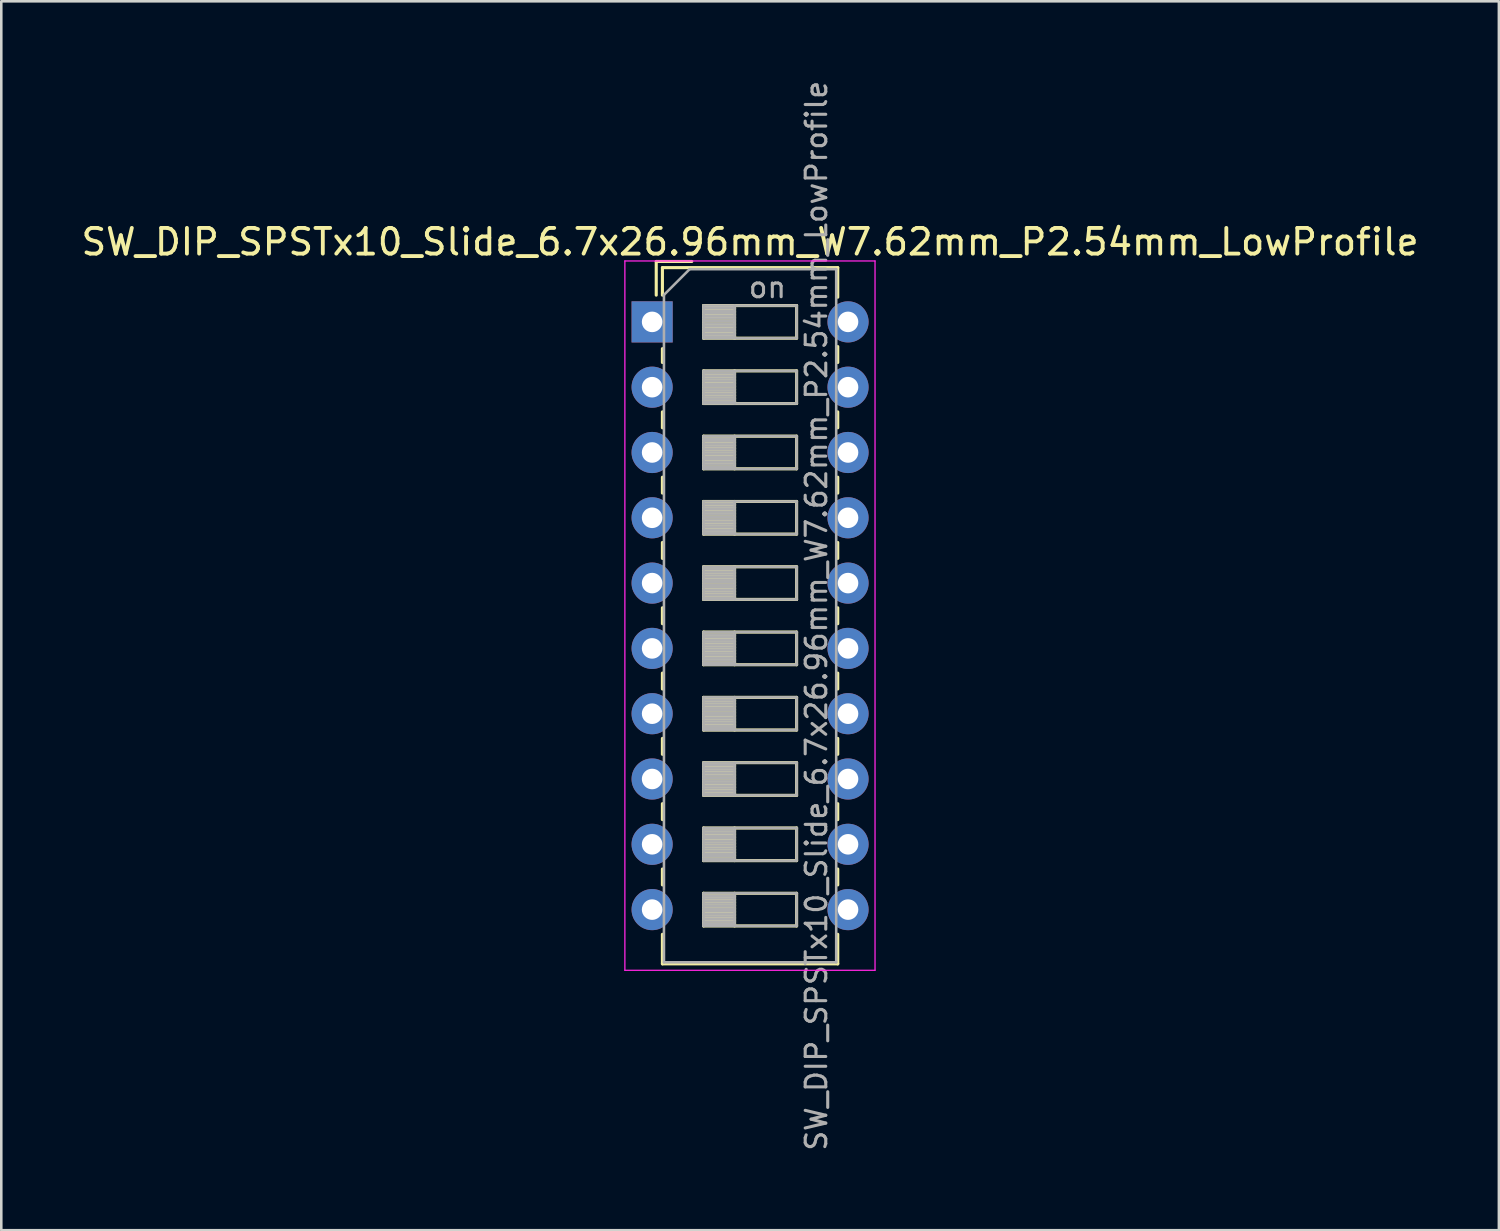
<source format=kicad_pcb>
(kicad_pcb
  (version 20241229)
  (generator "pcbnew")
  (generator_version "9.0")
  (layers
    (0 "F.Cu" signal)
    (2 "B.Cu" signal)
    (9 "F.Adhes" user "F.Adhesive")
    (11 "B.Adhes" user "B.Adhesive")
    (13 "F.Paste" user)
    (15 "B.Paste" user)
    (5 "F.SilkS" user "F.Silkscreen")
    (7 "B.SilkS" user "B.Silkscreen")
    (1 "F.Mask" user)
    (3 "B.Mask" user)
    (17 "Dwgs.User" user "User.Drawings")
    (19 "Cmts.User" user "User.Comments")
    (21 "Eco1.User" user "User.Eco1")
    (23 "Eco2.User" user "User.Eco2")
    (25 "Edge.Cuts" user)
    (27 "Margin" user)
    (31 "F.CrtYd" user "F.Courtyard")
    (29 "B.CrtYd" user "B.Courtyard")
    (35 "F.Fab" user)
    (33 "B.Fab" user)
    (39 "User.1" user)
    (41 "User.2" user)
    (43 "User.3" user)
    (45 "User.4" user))
  (footprint "SW_DIP_SPSTx10_Slide_6.7x26.96mm_W7.62mm_P2.54mm_LowProfile"
    (layer "F.Cu")
    (at 22.315 9.47)
    (property "Reference" "SW_DIP_SPSTx10_Slide_6.7x26.96mm_W7.62mm_P2.54mm_LowProfile" (at 3.81 -3.11 0) (layer "F.SilkS") (effects (font (size 1 1) (thickness 0.15))))
    (attr through_hole)
    (fp_line (start 0.16 -2.35) (end 0.16 -1.04) (stroke (width 0.12) (type solid)) (layer "F.SilkS"))
    (fp_line (start 0.16 -2.35) (end 1.543 -2.35) (stroke (width 0.12) (type solid)) (layer "F.SilkS"))
    (fp_line (start 0.4 -2.11) (end 0.4 -1.04) (stroke (width 0.12) (type solid)) (layer "F.SilkS"))
    (fp_line (start 0.4 -2.11) (end 7.22 -2.11) (stroke (width 0.12) (type solid)) (layer "F.SilkS"))
    (fp_line (start 0.4 1.04) (end 0.4 1.58) (stroke (width 0.12) (type solid)) (layer "F.SilkS"))
    (fp_line (start 0.4 3.5) (end 0.4 4.12) (stroke (width 0.12) (type solid)) (layer "F.SilkS"))
    (fp_line (start 0.4 6.04) (end 0.4 6.66) (stroke (width 0.12) (type solid)) (layer "F.SilkS"))
    (fp_line (start 0.4 8.58) (end 0.4 9.2) (stroke (width 0.12) (type solid)) (layer "F.SilkS"))
    (fp_line (start 0.4 11.12) (end 0.4 11.74) (stroke (width 0.12) (type solid)) (layer "F.SilkS"))
    (fp_line (start 0.4 13.66) (end 0.4 14.28) (stroke (width 0.12) (type solid)) (layer "F.SilkS"))
    (fp_line (start 0.4 16.2) (end 0.4 16.82) (stroke (width 0.12) (type solid)) (layer "F.SilkS"))
    (fp_line (start 0.4 18.74) (end 0.4 19.36) (stroke (width 0.12) (type solid)) (layer "F.SilkS"))
    (fp_line (start 0.4 21.28) (end 0.4 21.9) (stroke (width 0.12) (type solid)) (layer "F.SilkS"))
    (fp_line (start 0.4 23.82) (end 0.4 24.97) (stroke (width 0.12) (type solid)) (layer "F.SilkS"))
    (fp_line (start 0.4 24.97) (end 7.22 24.97) (stroke (width 0.12) (type solid)) (layer "F.SilkS"))
    (fp_line (start 2 -0.635) (end 2 0.635) (stroke (width 0.12) (type solid)) (layer "F.SilkS"))
    (fp_line (start 2 -0.515) (end 3.207 -0.515) (stroke (width 0.12) (type solid)) (layer "F.SilkS"))
    (fp_line (start 2 -0.395) (end 3.207 -0.395) (stroke (width 0.12) (type solid)) (layer "F.SilkS"))
    (fp_line (start 2 -0.275) (end 3.207 -0.275) (stroke (width 0.12) (type solid)) (layer "F.SilkS"))
    (fp_line (start 2 -0.155) (end 3.207 -0.155) (stroke (width 0.12) (type solid)) (layer "F.SilkS"))
    (fp_line (start 2 -0.035) (end 3.207 -0.035) (stroke (width 0.12) (type solid)) (layer "F.SilkS"))
    (fp_line (start 2 0.085) (end 3.207 0.085) (stroke (width 0.12) (type solid)) (layer "F.SilkS"))
    (fp_line (start 2 0.205) (end 3.207 0.205) (stroke (width 0.12) (type solid)) (layer "F.SilkS"))
    (fp_line (start 2 0.325) (end 3.207 0.325) (stroke (width 0.12) (type solid)) (layer "F.SilkS"))
    (fp_line (start 2 0.445) (end 3.207 0.445) (stroke (width 0.12) (type solid)) (layer "F.SilkS"))
    (fp_line (start 2 0.565) (end 3.207 0.565) (stroke (width 0.12) (type solid)) (layer "F.SilkS"))
    (fp_line (start 2 0.635) (end 5.62 0.635) (stroke (width 0.12) (type solid)) (layer "F.SilkS"))
    (fp_line (start 2 1.905) (end 2 3.175) (stroke (width 0.12) (type solid)) (layer "F.SilkS"))
    (fp_line (start 2 2.025) (end 3.207 2.025) (stroke (width 0.12) (type solid)) (layer "F.SilkS"))
    (fp_line (start 2 2.145) (end 3.207 2.145) (stroke (width 0.12) (type solid)) (layer "F.SilkS"))
    (fp_line (start 2 2.265) (end 3.207 2.265) (stroke (width 0.12) (type solid)) (layer "F.SilkS"))
    (fp_line (start 2 2.385) (end 3.207 2.385) (stroke (width 0.12) (type solid)) (layer "F.SilkS"))
    (fp_line (start 2 2.505) (end 3.207 2.505) (stroke (width 0.12) (type solid)) (layer "F.SilkS"))
    (fp_line (start 2 2.625) (end 3.207 2.625) (stroke (width 0.12) (type solid)) (layer "F.SilkS"))
    (fp_line (start 2 2.745) (end 3.207 2.745) (stroke (width 0.12) (type solid)) (layer "F.SilkS"))
    (fp_line (start 2 2.865) (end 3.207 2.865) (stroke (width 0.12) (type solid)) (layer "F.SilkS"))
    (fp_line (start 2 2.985) (end 3.207 2.985) (stroke (width 0.12) (type solid)) (layer "F.SilkS"))
    (fp_line (start 2 3.105) (end 3.207 3.105) (stroke (width 0.12) (type solid)) (layer "F.SilkS"))
    (fp_line (start 2 3.175) (end 5.62 3.175) (stroke (width 0.12) (type solid)) (layer "F.SilkS"))
    (fp_line (start 2 4.445) (end 2 5.715) (stroke (width 0.12) (type solid)) (layer "F.SilkS"))
    (fp_line (start 2 4.565) (end 3.207 4.565) (stroke (width 0.12) (type solid)) (layer "F.SilkS"))
    (fp_line (start 2 4.685) (end 3.207 4.685) (stroke (width 0.12) (type solid)) (layer "F.SilkS"))
    (fp_line (start 2 4.805) (end 3.207 4.805) (stroke (width 0.12) (type solid)) (layer "F.SilkS"))
    (fp_line (start 2 4.925) (end 3.207 4.925) (stroke (width 0.12) (type solid)) (layer "F.SilkS"))
    (fp_line (start 2 5.045) (end 3.207 5.045) (stroke (width 0.12) (type solid)) (layer "F.SilkS"))
    (fp_line (start 2 5.165) (end 3.207 5.165) (stroke (width 0.12) (type solid)) (layer "F.SilkS"))
    (fp_line (start 2 5.285) (end 3.207 5.285) (stroke (width 0.12) (type solid)) (layer "F.SilkS"))
    (fp_line (start 2 5.405) (end 3.207 5.405) (stroke (width 0.12) (type solid)) (layer "F.SilkS"))
    (fp_line (start 2 5.525) (end 3.207 5.525) (stroke (width 0.12) (type solid)) (layer "F.SilkS"))
    (fp_line (start 2 5.645) (end 3.207 5.645) (stroke (width 0.12) (type solid)) (layer "F.SilkS"))
    (fp_line (start 2 5.715) (end 5.62 5.715) (stroke (width 0.12) (type solid)) (layer "F.SilkS"))
    (fp_line (start 2 6.985) (end 2 8.255) (stroke (width 0.12) (type solid)) (layer "F.SilkS"))
    (fp_line (start 2 7.105) (end 3.207 7.105) (stroke (width 0.12) (type solid)) (layer "F.SilkS"))
    (fp_line (start 2 7.225) (end 3.207 7.225) (stroke (width 0.12) (type solid)) (layer "F.SilkS"))
    (fp_line (start 2 7.345) (end 3.207 7.345) (stroke (width 0.12) (type solid)) (layer "F.SilkS"))
    (fp_line (start 2 7.465) (end 3.207 7.465) (stroke (width 0.12) (type solid)) (layer "F.SilkS"))
    (fp_line (start 2 7.585) (end 3.207 7.585) (stroke (width 0.12) (type solid)) (layer "F.SilkS"))
    (fp_line (start 2 7.705) (end 3.207 7.705) (stroke (width 0.12) (type solid)) (layer "F.SilkS"))
    (fp_line (start 2 7.825) (end 3.207 7.825) (stroke (width 0.12) (type solid)) (layer "F.SilkS"))
    (fp_line (start 2 7.945) (end 3.207 7.945) (stroke (width 0.12) (type solid)) (layer "F.SilkS"))
    (fp_line (start 2 8.065) (end 3.207 8.065) (stroke (width 0.12) (type solid)) (layer "F.SilkS"))
    (fp_line (start 2 8.185) (end 3.207 8.185) (stroke (width 0.12) (type solid)) (layer "F.SilkS"))
    (fp_line (start 2 8.255) (end 5.62 8.255) (stroke (width 0.12) (type solid)) (layer "F.SilkS"))
    (fp_line (start 2 9.525) (end 2 10.795) (stroke (width 0.12) (type solid)) (layer "F.SilkS"))
    (fp_line (start 2 9.645) (end 3.207 9.645) (stroke (width 0.12) (type solid)) (layer "F.SilkS"))
    (fp_line (start 2 9.765) (end 3.207 9.765) (stroke (width 0.12) (type solid)) (layer "F.SilkS"))
    (fp_line (start 2 9.885) (end 3.207 9.885) (stroke (width 0.12) (type solid)) (layer "F.SilkS"))
    (fp_line (start 2 10.005) (end 3.207 10.005) (stroke (width 0.12) (type solid)) (layer "F.SilkS"))
    (fp_line (start 2 10.125) (end 3.207 10.125) (stroke (width 0.12) (type solid)) (layer "F.SilkS"))
    (fp_line (start 2 10.245) (end 3.207 10.245) (stroke (width 0.12) (type solid)) (layer "F.SilkS"))
    (fp_line (start 2 10.365) (end 3.207 10.365) (stroke (width 0.12) (type solid)) (layer "F.SilkS"))
    (fp_line (start 2 10.485) (end 3.207 10.485) (stroke (width 0.12) (type solid)) (layer "F.SilkS"))
    (fp_line (start 2 10.605) (end 3.207 10.605) (stroke (width 0.12) (type solid)) (layer "F.SilkS"))
    (fp_line (start 2 10.725) (end 3.207 10.725) (stroke (width 0.12) (type solid)) (layer "F.SilkS"))
    (fp_line (start 2 10.795) (end 5.62 10.795) (stroke (width 0.12) (type solid)) (layer "F.SilkS"))
    (fp_line (start 2 12.065) (end 2 13.335) (stroke (width 0.12) (type solid)) (layer "F.SilkS"))
    (fp_line (start 2 12.185) (end 3.207 12.185) (stroke (width 0.12) (type solid)) (layer "F.SilkS"))
    (fp_line (start 2 12.305) (end 3.207 12.305) (stroke (width 0.12) (type solid)) (layer "F.SilkS"))
    (fp_line (start 2 12.425) (end 3.207 12.425) (stroke (width 0.12) (type solid)) (layer "F.SilkS"))
    (fp_line (start 2 12.545) (end 3.207 12.545) (stroke (width 0.12) (type solid)) (layer "F.SilkS"))
    (fp_line (start 2 12.665) (end 3.207 12.665) (stroke (width 0.12) (type solid)) (layer "F.SilkS"))
    (fp_line (start 2 12.785) (end 3.207 12.785) (stroke (width 0.12) (type solid)) (layer "F.SilkS"))
    (fp_line (start 2 12.905) (end 3.207 12.905) (stroke (width 0.12) (type solid)) (layer "F.SilkS"))
    (fp_line (start 2 13.025) (end 3.207 13.025) (stroke (width 0.12) (type solid)) (layer "F.SilkS"))
    (fp_line (start 2 13.145) (end 3.207 13.145) (stroke (width 0.12) (type solid)) (layer "F.SilkS"))
    (fp_line (start 2 13.265) (end 3.207 13.265) (stroke (width 0.12) (type solid)) (layer "F.SilkS"))
    (fp_line (start 2 13.335) (end 5.62 13.335) (stroke (width 0.12) (type solid)) (layer "F.SilkS"))
    (fp_line (start 2 14.605) (end 2 15.875) (stroke (width 0.12) (type solid)) (layer "F.SilkS"))
    (fp_line (start 2 14.725) (end 3.207 14.725) (stroke (width 0.12) (type solid)) (layer "F.SilkS"))
    (fp_line (start 2 14.845) (end 3.207 14.845) (stroke (width 0.12) (type solid)) (layer "F.SilkS"))
    (fp_line (start 2 14.965) (end 3.207 14.965) (stroke (width 0.12) (type solid)) (layer "F.SilkS"))
    (fp_line (start 2 15.085) (end 3.207 15.085) (stroke (width 0.12) (type solid)) (layer "F.SilkS"))
    (fp_line (start 2 15.205) (end 3.207 15.205) (stroke (width 0.12) (type solid)) (layer "F.SilkS"))
    (fp_line (start 2 15.325) (end 3.207 15.325) (stroke (width 0.12) (type solid)) (layer "F.SilkS"))
    (fp_line (start 2 15.445) (end 3.207 15.445) (stroke (width 0.12) (type solid)) (layer "F.SilkS"))
    (fp_line (start 2 15.565) (end 3.207 15.565) (stroke (width 0.12) (type solid)) (layer "F.SilkS"))
    (fp_line (start 2 15.685) (end 3.207 15.685) (stroke (width 0.12) (type solid)) (layer "F.SilkS"))
    (fp_line (start 2 15.805) (end 3.207 15.805) (stroke (width 0.12) (type solid)) (layer "F.SilkS"))
    (fp_line (start 2 15.875) (end 5.62 15.875) (stroke (width 0.12) (type solid)) (layer "F.SilkS"))
    (fp_line (start 2 17.145) (end 2 18.415) (stroke (width 0.12) (type solid)) (layer "F.SilkS"))
    (fp_line (start 2 17.265) (end 3.207 17.265) (stroke (width 0.12) (type solid)) (layer "F.SilkS"))
    (fp_line (start 2 17.385) (end 3.207 17.385) (stroke (width 0.12) (type solid)) (layer "F.SilkS"))
    (fp_line (start 2 17.505) (end 3.207 17.505) (stroke (width 0.12) (type solid)) (layer "F.SilkS"))
    (fp_line (start 2 17.625) (end 3.207 17.625) (stroke (width 0.12) (type solid)) (layer "F.SilkS"))
    (fp_line (start 2 17.745) (end 3.207 17.745) (stroke (width 0.12) (type solid)) (layer "F.SilkS"))
    (fp_line (start 2 17.865) (end 3.207 17.865) (stroke (width 0.12) (type solid)) (layer "F.SilkS"))
    (fp_line (start 2 17.985) (end 3.207 17.985) (stroke (width 0.12) (type solid)) (layer "F.SilkS"))
    (fp_line (start 2 18.105) (end 3.207 18.105) (stroke (width 0.12) (type solid)) (layer "F.SilkS"))
    (fp_line (start 2 18.225) (end 3.207 18.225) (stroke (width 0.12) (type solid)) (layer "F.SilkS"))
    (fp_line (start 2 18.345) (end 3.207 18.345) (stroke (width 0.12) (type solid)) (layer "F.SilkS"))
    (fp_line (start 2 18.415) (end 5.62 18.415) (stroke (width 0.12) (type solid)) (layer "F.SilkS"))
    (fp_line (start 2 19.685) (end 2 20.955) (stroke (width 0.12) (type solid)) (layer "F.SilkS"))
    (fp_line (start 2 19.805) (end 3.207 19.805) (stroke (width 0.12) (type solid)) (layer "F.SilkS"))
    (fp_line (start 2 19.925) (end 3.207 19.925) (stroke (width 0.12) (type solid)) (layer "F.SilkS"))
    (fp_line (start 2 20.045) (end 3.207 20.045) (stroke (width 0.12) (type solid)) (layer "F.SilkS"))
    (fp_line (start 2 20.165) (end 3.207 20.165) (stroke (width 0.12) (type solid)) (layer "F.SilkS"))
    (fp_line (start 2 20.285) (end 3.207 20.285) (stroke (width 0.12) (type solid)) (layer "F.SilkS"))
    (fp_line (start 2 20.405) (end 3.207 20.405) (stroke (width 0.12) (type solid)) (layer "F.SilkS"))
    (fp_line (start 2 20.525) (end 3.207 20.525) (stroke (width 0.12) (type solid)) (layer "F.SilkS"))
    (fp_line (start 2 20.645) (end 3.207 20.645) (stroke (width 0.12) (type solid)) (layer "F.SilkS"))
    (fp_line (start 2 20.765) (end 3.207 20.765) (stroke (width 0.12) (type solid)) (layer "F.SilkS"))
    (fp_line (start 2 20.885) (end 3.207 20.885) (stroke (width 0.12) (type solid)) (layer "F.SilkS"))
    (fp_line (start 2 20.955) (end 5.62 20.955) (stroke (width 0.12) (type solid)) (layer "F.SilkS"))
    (fp_line (start 2 22.225) (end 2 23.495) (stroke (width 0.12) (type solid)) (layer "F.SilkS"))
    (fp_line (start 2 22.345) (end 3.207 22.345) (stroke (width 0.12) (type solid)) (layer "F.SilkS"))
    (fp_line (start 2 22.465) (end 3.207 22.465) (stroke (width 0.12) (type solid)) (layer "F.SilkS"))
    (fp_line (start 2 22.585) (end 3.207 22.585) (stroke (width 0.12) (type solid)) (layer "F.SilkS"))
    (fp_line (start 2 22.705) (end 3.207 22.705) (stroke (width 0.12) (type solid)) (layer "F.SilkS"))
    (fp_line (start 2 22.825) (end 3.207 22.825) (stroke (width 0.12) (type solid)) (layer "F.SilkS"))
    (fp_line (start 2 22.945) (end 3.207 22.945) (stroke (width 0.12) (type solid)) (layer "F.SilkS"))
    (fp_line (start 2 23.065) (end 3.207 23.065) (stroke (width 0.12) (type solid)) (layer "F.SilkS"))
    (fp_line (start 2 23.185) (end 3.207 23.185) (stroke (width 0.12) (type solid)) (layer "F.SilkS"))
    (fp_line (start 2 23.305) (end 3.207 23.305) (stroke (width 0.12) (type solid)) (layer "F.SilkS"))
    (fp_line (start 2 23.425) (end 3.207 23.425) (stroke (width 0.12) (type solid)) (layer "F.SilkS"))
    (fp_line (start 2 23.495) (end 5.62 23.495) (stroke (width 0.12) (type solid)) (layer "F.SilkS"))
    (fp_line (start 3.207 -0.635) (end 3.207 0.635) (stroke (width 0.12) (type solid)) (layer "F.SilkS"))
    (fp_line (start 3.207 1.905) (end 3.207 3.175) (stroke (width 0.12) (type solid)) (layer "F.SilkS"))
    (fp_line (start 3.207 4.445) (end 3.207 5.715) (stroke (width 0.12) (type solid)) (layer "F.SilkS"))
    (fp_line (start 3.207 6.985) (end 3.207 8.255) (stroke (width 0.12) (type solid)) (layer "F.SilkS"))
    (fp_line (start 3.207 9.525) (end 3.207 10.795) (stroke (width 0.12) (type solid)) (layer "F.SilkS"))
    (fp_line (start 3.207 12.065) (end 3.207 13.335) (stroke (width 0.12) (type solid)) (layer "F.SilkS"))
    (fp_line (start 3.207 14.605) (end 3.207 15.875) (stroke (width 0.12) (type solid)) (layer "F.SilkS"))
    (fp_line (start 3.207 17.145) (end 3.207 18.415) (stroke (width 0.12) (type solid)) (layer "F.SilkS"))
    (fp_line (start 3.207 19.685) (end 3.207 20.955) (stroke (width 0.12) (type solid)) (layer "F.SilkS"))
    (fp_line (start 3.207 22.225) (end 3.207 23.495) (stroke (width 0.12) (type solid)) (layer "F.SilkS"))
    (fp_line (start 5.62 -0.635) (end 2 -0.635) (stroke (width 0.12) (type solid)) (layer "F.SilkS"))
    (fp_line (start 5.62 0.635) (end 5.62 -0.635) (stroke (width 0.12) (type solid)) (layer "F.SilkS"))
    (fp_line (start 5.62 1.905) (end 2 1.905) (stroke (width 0.12) (type solid)) (layer "F.SilkS"))
    (fp_line (start 5.62 3.175) (end 5.62 1.905) (stroke (width 0.12) (type solid)) (layer "F.SilkS"))
    (fp_line (start 5.62 4.445) (end 2 4.445) (stroke (width 0.12) (type solid)) (layer "F.SilkS"))
    (fp_line (start 5.62 5.715) (end 5.62 4.445) (stroke (width 0.12) (type solid)) (layer "F.SilkS"))
    (fp_line (start 5.62 6.985) (end 2 6.985) (stroke (width 0.12) (type solid)) (layer "F.SilkS"))
    (fp_line (start 5.62 8.255) (end 5.62 6.985) (stroke (width 0.12) (type solid)) (layer "F.SilkS"))
    (fp_line (start 5.62 9.525) (end 2 9.525) (stroke (width 0.12) (type solid)) (layer "F.SilkS"))
    (fp_line (start 5.62 10.795) (end 5.62 9.525) (stroke (width 0.12) (type solid)) (layer "F.SilkS"))
    (fp_line (start 5.62 12.065) (end 2 12.065) (stroke (width 0.12) (type solid)) (layer "F.SilkS"))
    (fp_line (start 5.62 13.335) (end 5.62 12.065) (stroke (width 0.12) (type solid)) (layer "F.SilkS"))
    (fp_line (start 5.62 14.605) (end 2 14.605) (stroke (width 0.12) (type solid)) (layer "F.SilkS"))
    (fp_line (start 5.62 15.875) (end 5.62 14.605) (stroke (width 0.12) (type solid)) (layer "F.SilkS"))
    (fp_line (start 5.62 17.145) (end 2 17.145) (stroke (width 0.12) (type solid)) (layer "F.SilkS"))
    (fp_line (start 5.62 18.415) (end 5.62 17.145) (stroke (width 0.12) (type solid)) (layer "F.SilkS"))
    (fp_line (start 5.62 19.685) (end 2 19.685) (stroke (width 0.12) (type solid)) (layer "F.SilkS"))
    (fp_line (start 5.62 20.955) (end 5.62 19.685) (stroke (width 0.12) (type solid)) (layer "F.SilkS"))
    (fp_line (start 5.62 22.225) (end 2 22.225) (stroke (width 0.12) (type solid)) (layer "F.SilkS"))
    (fp_line (start 5.62 23.495) (end 5.62 22.225) (stroke (width 0.12) (type solid)) (layer "F.SilkS"))
    (fp_line (start 7.22 -2.11) (end 7.22 -0.96) (stroke (width 0.12) (type solid)) (layer "F.SilkS"))
    (fp_line (start 7.22 0.96) (end 7.22 1.58) (stroke (width 0.12) (type solid)) (layer "F.SilkS"))
    (fp_line (start 7.22 3.5) (end 7.22 4.12) (stroke (width 0.12) (type solid)) (layer "F.SilkS"))
    (fp_line (start 7.22 6.04) (end 7.22 6.66) (stroke (width 0.12) (type solid)) (layer "F.SilkS"))
    (fp_line (start 7.22 8.58) (end 7.22 9.2) (stroke (width 0.12) (type solid)) (layer "F.SilkS"))
    (fp_line (start 7.22 11.12) (end 7.22 11.74) (stroke (width 0.12) (type solid)) (layer "F.SilkS"))
    (fp_line (start 7.22 13.66) (end 7.22 14.28) (stroke (width 0.12) (type solid)) (layer "F.SilkS"))
    (fp_line (start 7.22 16.2) (end 7.22 16.82) (stroke (width 0.12) (type solid)) (layer "F.SilkS"))
    (fp_line (start 7.22 18.74) (end 7.22 19.36) (stroke (width 0.12) (type solid)) (layer "F.SilkS"))
    (fp_line (start 7.22 21.28) (end 7.22 21.9) (stroke (width 0.12) (type solid)) (layer "F.SilkS"))
    (fp_line (start 7.22 23.82) (end 7.22 24.97) (stroke (width 0.12) (type solid)) (layer "F.SilkS"))
    (fp_line (start -1.06 -2.37) (end -1.06 25.22) (stroke (width 0.05) (type solid)) (layer "F.CrtYd"))
    (fp_line (start -1.06 25.22) (end 8.67 25.22) (stroke (width 0.05) (type solid)) (layer "F.CrtYd"))
    (fp_line (start 8.67 -2.37) (end -1.06 -2.37) (stroke (width 0.05) (type solid)) (layer "F.CrtYd"))
    (fp_line (start 8.67 25.22) (end 8.67 -2.37) (stroke (width 0.05) (type solid)) (layer "F.CrtYd"))
    (fp_line (start 0.46 -1.05) (end 1.46 -2.05) (stroke (width 0.1) (type solid)) (layer "F.Fab"))
    (fp_line (start 0.46 24.91) (end 0.46 -1.05) (stroke (width 0.1) (type solid)) (layer "F.Fab"))
    (fp_line (start 1.46 -2.05) (end 7.16 -2.05) (stroke (width 0.1) (type solid)) (layer "F.Fab"))
    (fp_line (start 2 -0.635) (end 2 0.635) (stroke (width 0.1) (type solid)) (layer "F.Fab"))
    (fp_line (start 2 -0.535) (end 3.207 -0.535) (stroke (width 0.1) (type solid)) (layer "F.Fab"))
    (fp_line (start 2 -0.435) (end 3.207 -0.435) (stroke (width 0.1) (type solid)) (layer "F.Fab"))
    (fp_line (start 2 -0.335) (end 3.207 -0.335) (stroke (width 0.1) (type solid)) (layer "F.Fab"))
    (fp_line (start 2 -0.235) (end 3.207 -0.235) (stroke (width 0.1) (type solid)) (layer "F.Fab"))
    (fp_line (start 2 -0.135) (end 3.207 -0.135) (stroke (width 0.1) (type solid)) (layer "F.Fab"))
    (fp_line (start 2 -0.035) (end 3.207 -0.035) (stroke (width 0.1) (type solid)) (layer "F.Fab"))
    (fp_line (start 2 0.065) (end 3.207 0.065) (stroke (width 0.1) (type solid)) (layer "F.Fab"))
    (fp_line (start 2 0.165) (end 3.207 0.165) (stroke (width 0.1) (type solid)) (layer "F.Fab"))
    (fp_line (start 2 0.265) (end 3.207 0.265) (stroke (width 0.1) (type solid)) (layer "F.Fab"))
    (fp_line (start 2 0.365) (end 3.207 0.365) (stroke (width 0.1) (type solid)) (layer "F.Fab"))
    (fp_line (start 2 0.465) (end 3.207 0.465) (stroke (width 0.1) (type solid)) (layer "F.Fab"))
    (fp_line (start 2 0.565) (end 3.207 0.565) (stroke (width 0.1) (type solid)) (layer "F.Fab"))
    (fp_line (start 2 0.635) (end 5.62 0.635) (stroke (width 0.1) (type solid)) (layer "F.Fab"))
    (fp_line (start 2 1.905) (end 2 3.175) (stroke (width 0.1) (type solid)) (layer "F.Fab"))
    (fp_line (start 2 2.005) (end 3.207 2.005) (stroke (width 0.1) (type solid)) (layer "F.Fab"))
    (fp_line (start 2 2.105) (end 3.207 2.105) (stroke (width 0.1) (type solid)) (layer "F.Fab"))
    (fp_line (start 2 2.205) (end 3.207 2.205) (stroke (width 0.1) (type solid)) (layer "F.Fab"))
    (fp_line (start 2 2.305) (end 3.207 2.305) (stroke (width 0.1) (type solid)) (layer "F.Fab"))
    (fp_line (start 2 2.405) (end 3.207 2.405) (stroke (width 0.1) (type solid)) (layer "F.Fab"))
    (fp_line (start 2 2.505) (end 3.207 2.505) (stroke (width 0.1) (type solid)) (layer "F.Fab"))
    (fp_line (start 2 2.605) (end 3.207 2.605) (stroke (width 0.1) (type solid)) (layer "F.Fab"))
    (fp_line (start 2 2.705) (end 3.207 2.705) (stroke (width 0.1) (type solid)) (layer "F.Fab"))
    (fp_line (start 2 2.805) (end 3.207 2.805) (stroke (width 0.1) (type solid)) (layer "F.Fab"))
    (fp_line (start 2 2.905) (end 3.207 2.905) (stroke (width 0.1) (type solid)) (layer "F.Fab"))
    (fp_line (start 2 3.005) (end 3.207 3.005) (stroke (width 0.1) (type solid)) (layer "F.Fab"))
    (fp_line (start 2 3.105) (end 3.207 3.105) (stroke (width 0.1) (type solid)) (layer "F.Fab"))
    (fp_line (start 2 3.175) (end 5.62 3.175) (stroke (width 0.1) (type solid)) (layer "F.Fab"))
    (fp_line (start 2 4.445) (end 2 5.715) (stroke (width 0.1) (type solid)) (layer "F.Fab"))
    (fp_line (start 2 4.545) (end 3.207 4.545) (stroke (width 0.1) (type solid)) (layer "F.Fab"))
    (fp_line (start 2 4.645) (end 3.207 4.645) (stroke (width 0.1) (type solid)) (layer "F.Fab"))
    (fp_line (start 2 4.745) (end 3.207 4.745) (stroke (width 0.1) (type solid)) (layer "F.Fab"))
    (fp_line (start 2 4.845) (end 3.207 4.845) (stroke (width 0.1) (type solid)) (layer "F.Fab"))
    (fp_line (start 2 4.945) (end 3.207 4.945) (stroke (width 0.1) (type solid)) (layer "F.Fab"))
    (fp_line (start 2 5.045) (end 3.207 5.045) (stroke (width 0.1) (type solid)) (layer "F.Fab"))
    (fp_line (start 2 5.145) (end 3.207 5.145) (stroke (width 0.1) (type solid)) (layer "F.Fab"))
    (fp_line (start 2 5.245) (end 3.207 5.245) (stroke (width 0.1) (type solid)) (layer "F.Fab"))
    (fp_line (start 2 5.345) (end 3.207 5.345) (stroke (width 0.1) (type solid)) (layer "F.Fab"))
    (fp_line (start 2 5.445) (end 3.207 5.445) (stroke (width 0.1) (type solid)) (layer "F.Fab"))
    (fp_line (start 2 5.545) (end 3.207 5.545) (stroke (width 0.1) (type solid)) (layer "F.Fab"))
    (fp_line (start 2 5.645) (end 3.207 5.645) (stroke (width 0.1) (type solid)) (layer "F.Fab"))
    (fp_line (start 2 5.715) (end 5.62 5.715) (stroke (width 0.1) (type solid)) (layer "F.Fab"))
    (fp_line (start 2 6.985) (end 2 8.255) (stroke (width 0.1) (type solid)) (layer "F.Fab"))
    (fp_line (start 2 7.085) (end 3.207 7.085) (stroke (width 0.1) (type solid)) (layer "F.Fab"))
    (fp_line (start 2 7.185) (end 3.207 7.185) (stroke (width 0.1) (type solid)) (layer "F.Fab"))
    (fp_line (start 2 7.285) (end 3.207 7.285) (stroke (width 0.1) (type solid)) (layer "F.Fab"))
    (fp_line (start 2 7.385) (end 3.207 7.385) (stroke (width 0.1) (type solid)) (layer "F.Fab"))
    (fp_line (start 2 7.485) (end 3.207 7.485) (stroke (width 0.1) (type solid)) (layer "F.Fab"))
    (fp_line (start 2 7.585) (end 3.207 7.585) (stroke (width 0.1) (type solid)) (layer "F.Fab"))
    (fp_line (start 2 7.685) (end 3.207 7.685) (stroke (width 0.1) (type solid)) (layer "F.Fab"))
    (fp_line (start 2 7.785) (end 3.207 7.785) (stroke (width 0.1) (type solid)) (layer "F.Fab"))
    (fp_line (start 2 7.885) (end 3.207 7.885) (stroke (width 0.1) (type solid)) (layer "F.Fab"))
    (fp_line (start 2 7.985) (end 3.207 7.985) (stroke (width 0.1) (type solid)) (layer "F.Fab"))
    (fp_line (start 2 8.085) (end 3.207 8.085) (stroke (width 0.1) (type solid)) (layer "F.Fab"))
    (fp_line (start 2 8.185) (end 3.207 8.185) (stroke (width 0.1) (type solid)) (layer "F.Fab"))
    (fp_line (start 2 8.255) (end 5.62 8.255) (stroke (width 0.1) (type solid)) (layer "F.Fab"))
    (fp_line (start 2 9.525) (end 2 10.795) (stroke (width 0.1) (type solid)) (layer "F.Fab"))
    (fp_line (start 2 9.625) (end 3.207 9.625) (stroke (width 0.1) (type solid)) (layer "F.Fab"))
    (fp_line (start 2 9.725) (end 3.207 9.725) (stroke (width 0.1) (type solid)) (layer "F.Fab"))
    (fp_line (start 2 9.825) (end 3.207 9.825) (stroke (width 0.1) (type solid)) (layer "F.Fab"))
    (fp_line (start 2 9.925) (end 3.207 9.925) (stroke (width 0.1) (type solid)) (layer "F.Fab"))
    (fp_line (start 2 10.025) (end 3.207 10.025) (stroke (width 0.1) (type solid)) (layer "F.Fab"))
    (fp_line (start 2 10.125) (end 3.207 10.125) (stroke (width 0.1) (type solid)) (layer "F.Fab"))
    (fp_line (start 2 10.225) (end 3.207 10.225) (stroke (width 0.1) (type solid)) (layer "F.Fab"))
    (fp_line (start 2 10.325) (end 3.207 10.325) (stroke (width 0.1) (type solid)) (layer "F.Fab"))
    (fp_line (start 2 10.425) (end 3.207 10.425) (stroke (width 0.1) (type solid)) (layer "F.Fab"))
    (fp_line (start 2 10.525) (end 3.207 10.525) (stroke (width 0.1) (type solid)) (layer "F.Fab"))
    (fp_line (start 2 10.625) (end 3.207 10.625) (stroke (width 0.1) (type solid)) (layer "F.Fab"))
    (fp_line (start 2 10.725) (end 3.207 10.725) (stroke (width 0.1) (type solid)) (layer "F.Fab"))
    (fp_line (start 2 10.795) (end 5.62 10.795) (stroke (width 0.1) (type solid)) (layer "F.Fab"))
    (fp_line (start 2 12.065) (end 2 13.335) (stroke (width 0.1) (type solid)) (layer "F.Fab"))
    (fp_line (start 2 12.165) (end 3.207 12.165) (stroke (width 0.1) (type solid)) (layer "F.Fab"))
    (fp_line (start 2 12.265) (end 3.207 12.265) (stroke (width 0.1) (type solid)) (layer "F.Fab"))
    (fp_line (start 2 12.365) (end 3.207 12.365) (stroke (width 0.1) (type solid)) (layer "F.Fab"))
    (fp_line (start 2 12.465) (end 3.207 12.465) (stroke (width 0.1) (type solid)) (layer "F.Fab"))
    (fp_line (start 2 12.565) (end 3.207 12.565) (stroke (width 0.1) (type solid)) (layer "F.Fab"))
    (fp_line (start 2 12.665) (end 3.207 12.665) (stroke (width 0.1) (type solid)) (layer "F.Fab"))
    (fp_line (start 2 12.765) (end 3.207 12.765) (stroke (width 0.1) (type solid)) (layer "F.Fab"))
    (fp_line (start 2 12.865) (end 3.207 12.865) (stroke (width 0.1) (type solid)) (layer "F.Fab"))
    (fp_line (start 2 12.965) (end 3.207 12.965) (stroke (width 0.1) (type solid)) (layer "F.Fab"))
    (fp_line (start 2 13.065) (end 3.207 13.065) (stroke (width 0.1) (type solid)) (layer "F.Fab"))
    (fp_line (start 2 13.165) (end 3.207 13.165) (stroke (width 0.1) (type solid)) (layer "F.Fab"))
    (fp_line (start 2 13.265) (end 3.207 13.265) (stroke (width 0.1) (type solid)) (layer "F.Fab"))
    (fp_line (start 2 13.335) (end 5.62 13.335) (stroke (width 0.1) (type solid)) (layer "F.Fab"))
    (fp_line (start 2 14.605) (end 2 15.875) (stroke (width 0.1) (type solid)) (layer "F.Fab"))
    (fp_line (start 2 14.705) (end 3.207 14.705) (stroke (width 0.1) (type solid)) (layer "F.Fab"))
    (fp_line (start 2 14.805) (end 3.207 14.805) (stroke (width 0.1) (type solid)) (layer "F.Fab"))
    (fp_line (start 2 14.905) (end 3.207 14.905) (stroke (width 0.1) (type solid)) (layer "F.Fab"))
    (fp_line (start 2 15.005) (end 3.207 15.005) (stroke (width 0.1) (type solid)) (layer "F.Fab"))
    (fp_line (start 2 15.105) (end 3.207 15.105) (stroke (width 0.1) (type solid)) (layer "F.Fab"))
    (fp_line (start 2 15.205) (end 3.207 15.205) (stroke (width 0.1) (type solid)) (layer "F.Fab"))
    (fp_line (start 2 15.305) (end 3.207 15.305) (stroke (width 0.1) (type solid)) (layer "F.Fab"))
    (fp_line (start 2 15.405) (end 3.207 15.405) (stroke (width 0.1) (type solid)) (layer "F.Fab"))
    (fp_line (start 2 15.505) (end 3.207 15.505) (stroke (width 0.1) (type solid)) (layer "F.Fab"))
    (fp_line (start 2 15.605) (end 3.207 15.605) (stroke (width 0.1) (type solid)) (layer "F.Fab"))
    (fp_line (start 2 15.705) (end 3.207 15.705) (stroke (width 0.1) (type solid)) (layer "F.Fab"))
    (fp_line (start 2 15.805) (end 3.207 15.805) (stroke (width 0.1) (type solid)) (layer "F.Fab"))
    (fp_line (start 2 15.875) (end 5.62 15.875) (stroke (width 0.1) (type solid)) (layer "F.Fab"))
    (fp_line (start 2 17.145) (end 2 18.415) (stroke (width 0.1) (type solid)) (layer "F.Fab"))
    (fp_line (start 2 17.245) (end 3.207 17.245) (stroke (width 0.1) (type solid)) (layer "F.Fab"))
    (fp_line (start 2 17.345) (end 3.207 17.345) (stroke (width 0.1) (type solid)) (layer "F.Fab"))
    (fp_line (start 2 17.445) (end 3.207 17.445) (stroke (width 0.1) (type solid)) (layer "F.Fab"))
    (fp_line (start 2 17.545) (end 3.207 17.545) (stroke (width 0.1) (type solid)) (layer "F.Fab"))
    (fp_line (start 2 17.645) (end 3.207 17.645) (stroke (width 0.1) (type solid)) (layer "F.Fab"))
    (fp_line (start 2 17.745) (end 3.207 17.745) (stroke (width 0.1) (type solid)) (layer "F.Fab"))
    (fp_line (start 2 17.845) (end 3.207 17.845) (stroke (width 0.1) (type solid)) (layer "F.Fab"))
    (fp_line (start 2 17.945) (end 3.207 17.945) (stroke (width 0.1) (type solid)) (layer "F.Fab"))
    (fp_line (start 2 18.045) (end 3.207 18.045) (stroke (width 0.1) (type solid)) (layer "F.Fab"))
    (fp_line (start 2 18.145) (end 3.207 18.145) (stroke (width 0.1) (type solid)) (layer "F.Fab"))
    (fp_line (start 2 18.245) (end 3.207 18.245) (stroke (width 0.1) (type solid)) (layer "F.Fab"))
    (fp_line (start 2 18.345) (end 3.207 18.345) (stroke (width 0.1) (type solid)) (layer "F.Fab"))
    (fp_line (start 2 18.415) (end 5.62 18.415) (stroke (width 0.1) (type solid)) (layer "F.Fab"))
    (fp_line (start 2 19.685) (end 2 20.955) (stroke (width 0.1) (type solid)) (layer "F.Fab"))
    (fp_line (start 2 19.785) (end 3.207 19.785) (stroke (width 0.1) (type solid)) (layer "F.Fab"))
    (fp_line (start 2 19.885) (end 3.207 19.885) (stroke (width 0.1) (type solid)) (layer "F.Fab"))
    (fp_line (start 2 19.985) (end 3.207 19.985) (stroke (width 0.1) (type solid)) (layer "F.Fab"))
    (fp_line (start 2 20.085) (end 3.207 20.085) (stroke (width 0.1) (type solid)) (layer "F.Fab"))
    (fp_line (start 2 20.185) (end 3.207 20.185) (stroke (width 0.1) (type solid)) (layer "F.Fab"))
    (fp_line (start 2 20.285) (end 3.207 20.285) (stroke (width 0.1) (type solid)) (layer "F.Fab"))
    (fp_line (start 2 20.385) (end 3.207 20.385) (stroke (width 0.1) (type solid)) (layer "F.Fab"))
    (fp_line (start 2 20.485) (end 3.207 20.485) (stroke (width 0.1) (type solid)) (layer "F.Fab"))
    (fp_line (start 2 20.585) (end 3.207 20.585) (stroke (width 0.1) (type solid)) (layer "F.Fab"))
    (fp_line (start 2 20.685) (end 3.207 20.685) (stroke (width 0.1) (type solid)) (layer "F.Fab"))
    (fp_line (start 2 20.785) (end 3.207 20.785) (stroke (width 0.1) (type solid)) (layer "F.Fab"))
    (fp_line (start 2 20.885) (end 3.207 20.885) (stroke (width 0.1) (type solid)) (layer "F.Fab"))
    (fp_line (start 2 20.955) (end 5.62 20.955) (stroke (width 0.1) (type solid)) (layer "F.Fab"))
    (fp_line (start 2 22.225) (end 2 23.495) (stroke (width 0.1) (type solid)) (layer "F.Fab"))
    (fp_line (start 2 22.325) (end 3.207 22.325) (stroke (width 0.1) (type solid)) (layer "F.Fab"))
    (fp_line (start 2 22.425) (end 3.207 22.425) (stroke (width 0.1) (type solid)) (layer "F.Fab"))
    (fp_line (start 2 22.525) (end 3.207 22.525) (stroke (width 0.1) (type solid)) (layer "F.Fab"))
    (fp_line (start 2 22.625) (end 3.207 22.625) (stroke (width 0.1) (type solid)) (layer "F.Fab"))
    (fp_line (start 2 22.725) (end 3.207 22.725) (stroke (width 0.1) (type solid)) (layer "F.Fab"))
    (fp_line (start 2 22.825) (end 3.207 22.825) (stroke (width 0.1) (type solid)) (layer "F.Fab"))
    (fp_line (start 2 22.925) (end 3.207 22.925) (stroke (width 0.1) (type solid)) (layer "F.Fab"))
    (fp_line (start 2 23.025) (end 3.207 23.025) (stroke (width 0.1) (type solid)) (layer "F.Fab"))
    (fp_line (start 2 23.125) (end 3.207 23.125) (stroke (width 0.1) (type solid)) (layer "F.Fab"))
    (fp_line (start 2 23.225) (end 3.207 23.225) (stroke (width 0.1) (type solid)) (layer "F.Fab"))
    (fp_line (start 2 23.325) (end 3.207 23.325) (stroke (width 0.1) (type solid)) (layer "F.Fab"))
    (fp_line (start 2 23.425) (end 3.207 23.425) (stroke (width 0.1) (type solid)) (layer "F.Fab"))
    (fp_line (start 2 23.495) (end 5.62 23.495) (stroke (width 0.1) (type solid)) (layer "F.Fab"))
    (fp_line (start 3.207 -0.635) (end 3.207 0.635) (stroke (width 0.1) (type solid)) (layer "F.Fab"))
    (fp_line (start 3.207 1.905) (end 3.207 3.175) (stroke (width 0.1) (type solid)) (layer "F.Fab"))
    (fp_line (start 3.207 4.445) (end 3.207 5.715) (stroke (width 0.1) (type solid)) (layer "F.Fab"))
    (fp_line (start 3.207 6.985) (end 3.207 8.255) (stroke (width 0.1) (type solid)) (layer "F.Fab"))
    (fp_line (start 3.207 9.525) (end 3.207 10.795) (stroke (width 0.1) (type solid)) (layer "F.Fab"))
    (fp_line (start 3.207 12.065) (end 3.207 13.335) (stroke (width 0.1) (type solid)) (layer "F.Fab"))
    (fp_line (start 3.207 14.605) (end 3.207 15.875) (stroke (width 0.1) (type solid)) (layer "F.Fab"))
    (fp_line (start 3.207 17.145) (end 3.207 18.415) (stroke (width 0.1) (type solid)) (layer "F.Fab"))
    (fp_line (start 3.207 19.685) (end 3.207 20.955) (stroke (width 0.1) (type solid)) (layer "F.Fab"))
    (fp_line (start 3.207 22.225) (end 3.207 23.495) (stroke (width 0.1) (type solid)) (layer "F.Fab"))
    (fp_line (start 5.62 -0.635) (end 2 -0.635) (stroke (width 0.1) (type solid)) (layer "F.Fab"))
    (fp_line (start 5.62 0.635) (end 5.62 -0.635) (stroke (width 0.1) (type solid)) (layer "F.Fab"))
    (fp_line (start 5.62 1.905) (end 2 1.905) (stroke (width 0.1) (type solid)) (layer "F.Fab"))
    (fp_line (start 5.62 3.175) (end 5.62 1.905) (stroke (width 0.1) (type solid)) (layer "F.Fab"))
    (fp_line (start 5.62 4.445) (end 2 4.445) (stroke (width 0.1) (type solid)) (layer "F.Fab"))
    (fp_line (start 5.62 5.715) (end 5.62 4.445) (stroke (width 0.1) (type solid)) (layer "F.Fab"))
    (fp_line (start 5.62 6.985) (end 2 6.985) (stroke (width 0.1) (type solid)) (layer "F.Fab"))
    (fp_line (start 5.62 8.255) (end 5.62 6.985) (stroke (width 0.1) (type solid)) (layer "F.Fab"))
    (fp_line (start 5.62 9.525) (end 2 9.525) (stroke (width 0.1) (type solid)) (layer "F.Fab"))
    (fp_line (start 5.62 10.795) (end 5.62 9.525) (stroke (width 0.1) (type solid)) (layer "F.Fab"))
    (fp_line (start 5.62 12.065) (end 2 12.065) (stroke (width 0.1) (type solid)) (layer "F.Fab"))
    (fp_line (start 5.62 13.335) (end 5.62 12.065) (stroke (width 0.1) (type solid)) (layer "F.Fab"))
    (fp_line (start 5.62 14.605) (end 2 14.605) (stroke (width 0.1) (type solid)) (layer "F.Fab"))
    (fp_line (start 5.62 15.875) (end 5.62 14.605) (stroke (width 0.1) (type solid)) (layer "F.Fab"))
    (fp_line (start 5.62 17.145) (end 2 17.145) (stroke (width 0.1) (type solid)) (layer "F.Fab"))
    (fp_line (start 5.62 18.415) (end 5.62 17.145) (stroke (width 0.1) (type solid)) (layer "F.Fab"))
    (fp_line (start 5.62 19.685) (end 2 19.685) (stroke (width 0.1) (type solid)) (layer "F.Fab"))
    (fp_line (start 5.62 20.955) (end 5.62 19.685) (stroke (width 0.1) (type solid)) (layer "F.Fab"))
    (fp_line (start 5.62 22.225) (end 2 22.225) (stroke (width 0.1) (type solid)) (layer "F.Fab"))
    (fp_line (start 5.62 23.495) (end 5.62 22.225) (stroke (width 0.1) (type solid)) (layer "F.Fab"))
    (fp_line (start 7.16 -2.05) (end 7.16 24.91) (stroke (width 0.1) (type solid)) (layer "F.Fab"))
    (fp_line (start 7.16 24.91) (end 0.46 24.91) (stroke (width 0.1) (type solid)) (layer "F.Fab"))
    (fp_text user "on" (at 4.485 -1.343 0) (layer "F.Fab") (effects (font (size 0.8 0.8) (thickness 0.12))))
    (fp_text user "${REFERENCE}" (at 6.39 11.43 90) (layer "F.Fab") (effects (font (size 0.8 0.8) (thickness 0.12))))
    (pad "1" thru_hole rect (at 0 0) (size 1.6 1.6) (drill 0.8) (layers "*.Cu" "*.Mask"))
    (pad "2" thru_hole circle (at 0 2.54) (size 1.6 1.6) (drill 0.8) (layers "*.Cu" "*.Mask"))
    (pad "3" thru_hole circle (at 0 5.08) (size 1.6 1.6) (drill 0.8) (layers "*.Cu" "*.Mask"))
    (pad "4" thru_hole circle (at 0 7.62) (size 1.6 1.6) (drill 0.8) (layers "*.Cu" "*.Mask"))
    (pad "5" thru_hole circle (at 0 10.16) (size 1.6 1.6) (drill 0.8) (layers "*.Cu" "*.Mask"))
    (pad "6" thru_hole circle (at 0 12.7) (size 1.6 1.6) (drill 0.8) (layers "*.Cu" "*.Mask"))
    (pad "7" thru_hole circle (at 0 15.24) (size 1.6 1.6) (drill 0.8) (layers "*.Cu" "*.Mask"))
    (pad "8" thru_hole circle (at 0 17.78) (size 1.6 1.6) (drill 0.8) (layers "*.Cu" "*.Mask"))
    (pad "9" thru_hole circle (at 0 20.32) (size 1.6 1.6) (drill 0.8) (layers "*.Cu" "*.Mask"))
    (pad "10" thru_hole circle (at 0 22.86) (size 1.6 1.6) (drill 0.8) (layers "*.Cu" "*.Mask"))
    (pad "11" thru_hole circle (at 7.62 22.86) (size 1.6 1.6) (drill 0.8) (layers "*.Cu" "*.Mask"))
    (pad "12" thru_hole circle (at 7.62 20.32) (size 1.6 1.6) (drill 0.8) (layers "*.Cu" "*.Mask"))
    (pad "13" thru_hole circle (at 7.62 17.78) (size 1.6 1.6) (drill 0.8) (layers "*.Cu" "*.Mask"))
    (pad "14" thru_hole circle (at 7.62 15.24) (size 1.6 1.6) (drill 0.8) (layers "*.Cu" "*.Mask"))
    (pad "15" thru_hole circle (at 7.62 12.7) (size 1.6 1.6) (drill 0.8) (layers "*.Cu" "*.Mask"))
    (pad "16" thru_hole circle (at 7.62 10.16) (size 1.6 1.6) (drill 0.8) (layers "*.Cu" "*.Mask"))
    (pad "17" thru_hole circle (at 7.62 7.62) (size 1.6 1.6) (drill 0.8) (layers "*.Cu" "*.Mask"))
    (pad "18" thru_hole circle (at 7.62 5.08) (size 1.6 1.6) (drill 0.8) (layers "*.Cu" "*.Mask"))
    (pad "19" thru_hole circle (at 7.62 2.54) (size 1.6 1.6) (drill 0.8) (layers "*.Cu" "*.Mask"))
    (pad "20" thru_hole circle (at 7.62 0) (size 1.6 1.6) (drill 0.8) (layers "*.Cu" "*.Mask")))
  (gr_rect
    (start -3 -3)
    (end 55.25 44.8)
    (stroke (width 0.1) (type default))
    (fill no)
    (layer "Edge.Cuts")))
</source>
